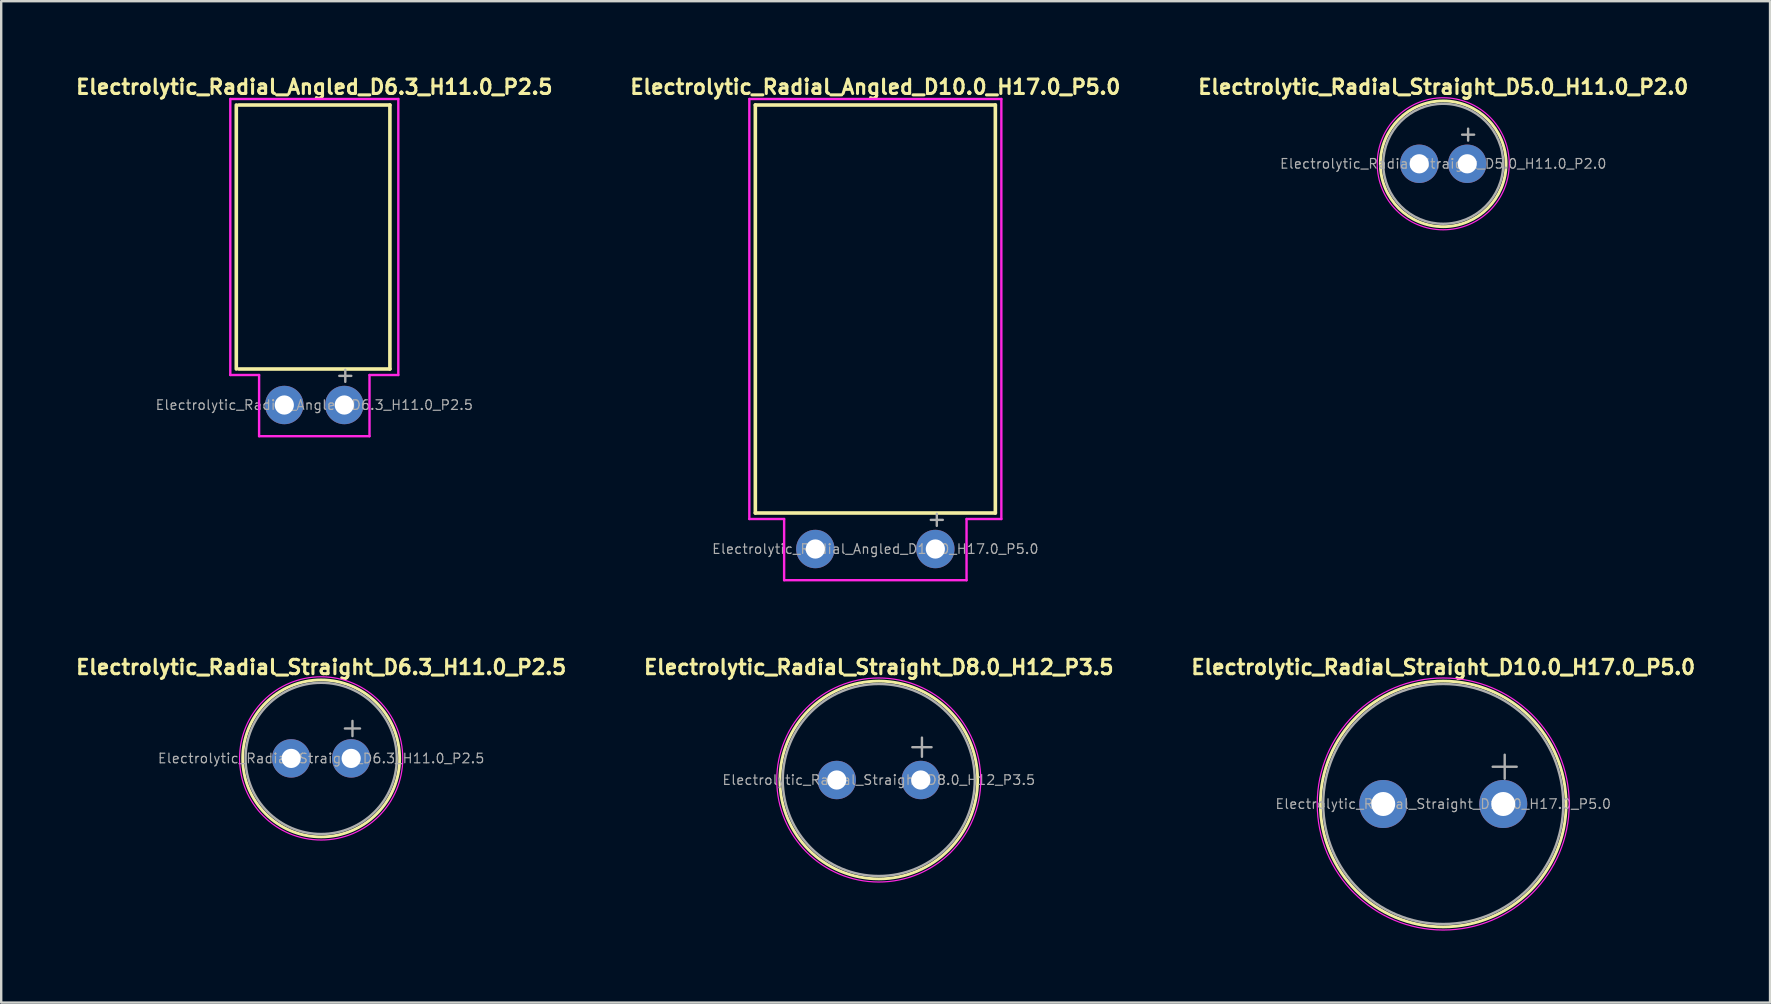
<source format=kicad_pcb>
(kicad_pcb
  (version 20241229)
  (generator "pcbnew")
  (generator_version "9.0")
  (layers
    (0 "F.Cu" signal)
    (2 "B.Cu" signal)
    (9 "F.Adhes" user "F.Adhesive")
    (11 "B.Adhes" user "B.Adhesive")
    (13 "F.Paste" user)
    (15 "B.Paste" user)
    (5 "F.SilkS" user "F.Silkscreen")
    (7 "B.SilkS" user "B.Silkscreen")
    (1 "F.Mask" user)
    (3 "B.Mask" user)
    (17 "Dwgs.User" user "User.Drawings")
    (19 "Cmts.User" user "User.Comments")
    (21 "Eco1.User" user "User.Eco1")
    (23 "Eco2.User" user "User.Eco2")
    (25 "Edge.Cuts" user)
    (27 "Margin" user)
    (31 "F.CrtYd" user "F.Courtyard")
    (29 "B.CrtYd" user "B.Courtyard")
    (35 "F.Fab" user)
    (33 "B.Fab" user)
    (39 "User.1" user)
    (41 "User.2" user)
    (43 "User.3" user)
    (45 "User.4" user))
  (footprint "Electrolytic_Radial_Straight_D8.0_H12_P3.5"
    (layer "F.Cu")
    (at 33.563 29.448)
    (property "Reference" "Electrolytic_Radial_Straight_D8.0_H12_P3.5" (at 0 -4.7 0) (layer "F.SilkS") (effects (font (size 0.6 0.6) (thickness 0.127))))
    (attr through_hole)
    (fp_circle (center 0 0) (end 4.12 0) (stroke (width 0.12) (type solid)) (fill no) (layer "F.SilkS"))
    (fp_circle (center 0 0) (end 4.25 0) (stroke (width 0.05) (type solid)) (fill no) (layer "F.CrtYd"))
    (fp_line (start 1.399 -1.367) (end 2.199 -1.367) (stroke (width 0.1) (type solid)) (layer "F.Fab"))
    (fp_line (start 1.799 -1.766) (end 1.799 -0.967) (stroke (width 0.1) (type solid)) (layer "F.Fab"))
    (fp_circle (center 0 0) (end 4 0) (stroke (width 0.1) (type solid)) (fill no) (layer "F.Fab"))
    (fp_text user "${REFERENCE}" (at 0 0 0) (layer "F.Fab") (effects (font (size 0.4 0.4) (thickness 0.05))))
    (pad "1" thru_hole circle (at 1.75 0) (size 1.6 1.6) (drill 0.8) (layers "*.Cu" "*.Mask"))
    (pad "2" thru_hole circle (at -1.75 0) (size 1.6 1.6) (drill 0.8) (layers "*.Cu" "*.Mask")))
  (footprint "Electrolytic_Radial_Straight_D10.0_H17.0_P5.0"
    (layer "F.Cu")
    (at 57.081 30.448)
    (property "Reference" "Electrolytic_Radial_Straight_D10.0_H17.0_P5.0" (at 0 -5.7 0) (layer "F.SilkS") (effects (font (size 0.6 0.6) (thickness 0.127))))
    (attr through_hole)
    (fp_circle (center 0 0) (end 5.12 0) (stroke (width 0.12) (type solid)) (fill no) (layer "F.SilkS"))
    (fp_circle (center 0 0) (end 5.25 0) (stroke (width 0.05) (type solid)) (fill no) (layer "F.CrtYd"))
    (fp_line (start 2.061 -1.552) (end 3.061 -1.552) (stroke (width 0.1) (type solid)) (layer "F.Fab"))
    (fp_line (start 2.561 -2.053) (end 2.561 -1.052) (stroke (width 0.1) (type solid)) (layer "F.Fab"))
    (fp_circle (center 0 0) (end 5 0) (stroke (width 0.1) (type solid)) (fill no) (layer "F.Fab"))
    (fp_text user "${REFERENCE}" (at 0 0 0) (layer "F.Fab") (effects (font (size 0.4 0.4) (thickness 0.05))))
    (pad "1" thru_hole circle (at 2.5 0) (size 2 2) (drill 1) (layers "*.Cu" "*.Mask"))
    (pad "2" thru_hole circle (at -2.5 0) (size 2 2) (drill 1) (layers "*.Cu" "*.Mask")))
  (footprint "Electrolytic_Radial_Angled_D6.3_H11.0_P2.5"
    (layer "F.Cu")
    (at 10.045 13.824)
    (property "Reference" "Electrolytic_Radial_Angled_D6.3_H11.0_P2.5" (at 0 -13.25 0) (layer "F.SilkS") (effects (font (size 0.6 0.6) (thickness 0.127))))
    (attr through_hole)
    (fp_line (start -3.25 -1.5) (end -3.25 -12.5) (stroke (width 0.15) (type solid)) (layer "F.SilkS"))
    (fp_line (start -3.15 -12.5) (end 3.15 -12.5) (stroke (width 0.15) (type solid)) (layer "F.SilkS"))
    (fp_line (start 3.15 -1.5) (end -3.15 -1.5) (stroke (width 0.15) (type solid)) (layer "F.SilkS"))
    (fp_line (start 3.15 -1.5) (end 3.15 -12.5) (stroke (width 0.15) (type solid)) (layer "F.SilkS"))
    (fp_line (start -3.5 -12.75) (end -3.5 -1.25) (stroke (width 0.1) (type solid)) (layer "F.CrtYd"))
    (fp_line (start -2.3 -1.25) (end -3.5 -1.25) (stroke (width 0.1) (type solid)) (layer "F.CrtYd"))
    (fp_line (start -2.3 1.3) (end -2.3 -1.25) (stroke (width 0.1) (type solid)) (layer "F.CrtYd"))
    (fp_line (start -2.3 1.3) (end 2.3 1.3) (stroke (width 0.1) (type solid)) (layer "F.CrtYd"))
    (fp_line (start 2.3 -1.25) (end 3.5 -1.25) (stroke (width 0.1) (type solid)) (layer "F.CrtYd"))
    (fp_line (start 2.3 1.3) (end 2.3 -1.25) (stroke (width 0.1) (type solid)) (layer "F.CrtYd"))
    (fp_line (start 3.5 -12.75) (end -3.5 -12.75) (stroke (width 0.1) (type solid)) (layer "F.CrtYd"))
    (fp_line (start 3.5 -1.25) (end 3.5 -12.75) (stroke (width 0.1) (type solid)) (layer "F.CrtYd"))
    (fp_line (start 1.041 -1.214) (end 1.541 -1.214) (stroke (width 0.1) (type solid)) (layer "F.Fab"))
    (fp_line (start 1.291 -1.464) (end 1.291 -0.965) (stroke (width 0.1) (type solid)) (layer "F.Fab"))
    (fp_text user "${REFERENCE}" (at 0 0 0) (layer "F.Fab") (effects (font (size 0.4 0.4) (thickness 0.05))))
    (pad "1" thru_hole circle (at 1.25 0) (size 1.6 1.6) (drill 0.8) (layers "*.Cu" "*.Mask"))
    (pad "2" thru_hole circle (at -1.25 0) (size 1.6 1.6) (drill 0.8) (layers "*.Cu" "*.Mask")))
  (footprint "Electrolytic_Radial_Angled_D10.0_H17.0_P5.0"
    (layer "F.Cu")
    (at 33.42 19.824)
    (property "Reference" "Electrolytic_Radial_Angled_D10.0_H17.0_P5.0" (at 0 -19.25 0) (layer "F.SilkS") (effects (font (size 0.6 0.6) (thickness 0.127))))
    (attr through_hole)
    (fp_line (start -5 -18.5) (end 5 -18.5) (stroke (width 0.15) (type solid)) (layer "F.SilkS"))
    (fp_line (start -5 -1.5) (end -5 -18.5) (stroke (width 0.15) (type solid)) (layer "F.SilkS"))
    (fp_line (start 5 -1.5) (end -5 -1.5) (stroke (width 0.15) (type solid)) (layer "F.SilkS"))
    (fp_line (start 5 -1.5) (end 5 -18.5) (stroke (width 0.15) (type solid)) (layer "F.SilkS"))
    (fp_line (start -5.25 -18.75) (end -5.25 -1.25) (stroke (width 0.1) (type solid)) (layer "F.CrtYd"))
    (fp_line (start -3.8 -1.25) (end -5.25 -1.25) (stroke (width 0.1) (type solid)) (layer "F.CrtYd"))
    (fp_line (start -3.8 1.3) (end -3.8 -1.25) (stroke (width 0.1) (type solid)) (layer "F.CrtYd"))
    (fp_line (start -3.8 1.3) (end 3.8 1.3) (stroke (width 0.1) (type solid)) (layer "F.CrtYd"))
    (fp_line (start 3.8 -1.25) (end 5.25 -1.25) (stroke (width 0.1) (type solid)) (layer "F.CrtYd"))
    (fp_line (start 3.8 1.3) (end 3.8 -1.25) (stroke (width 0.1) (type solid)) (layer "F.CrtYd"))
    (fp_line (start 5.25 -18.75) (end -5.25 -18.75) (stroke (width 0.1) (type solid)) (layer "F.CrtYd"))
    (fp_line (start 5.25 -1.25) (end 5.25 -18.75) (stroke (width 0.1) (type solid)) (layer "F.CrtYd"))
    (fp_line (start 2.311 -1.214) (end 2.811 -1.214) (stroke (width 0.1) (type solid)) (layer "F.Fab"))
    (fp_line (start 2.561 -1.464) (end 2.561 -0.965) (stroke (width 0.1) (type solid)) (layer "F.Fab"))
    (fp_text user "${REFERENCE}" (at 0 0 0) (layer "F.Fab") (effects (font (size 0.4 0.4) (thickness 0.05))))
    (pad "1" thru_hole circle (at 2.5 0) (size 1.6 1.6) (drill 0.8) (layers "*.Cu" "*.Mask"))
    (pad "2" thru_hole circle (at -2.5 0) (size 1.6 1.6) (drill 0.8) (layers "*.Cu" "*.Mask")))
  (footprint "Electrolytic_Radial_Straight_D5.0_H11.0_P2.0"
    (layer "F.Cu")
    (at 57.081 3.774)
    (property "Reference" "Electrolytic_Radial_Straight_D5.0_H11.0_P2.0" (at 0 -3.2 0) (layer "F.SilkS") (effects (font (size 0.6 0.6) (thickness 0.127))))
    (attr through_hole)
    (fp_circle (center 0 0) (end 2.62 0) (stroke (width 0.12) (type solid)) (fill no) (layer "F.SilkS"))
    (fp_circle (center 0 0) (end 2.75 0) (stroke (width 0.05) (type solid)) (fill no) (layer "F.CrtYd"))
    (fp_line (start 0.787 -1.214) (end 1.287 -1.214) (stroke (width 0.1) (type solid)) (layer "F.Fab"))
    (fp_line (start 1.037 -1.464) (end 1.037 -0.965) (stroke (width 0.1) (type solid)) (layer "F.Fab"))
    (fp_circle (center 0 0) (end 2.5 0) (stroke (width 0.1) (type solid)) (fill no) (layer "F.Fab"))
    (fp_text user "${REFERENCE}" (at 0 0 0) (layer "F.Fab") (effects (font (size 0.4 0.4) (thickness 0.05))))
    (pad "1" thru_hole circle (at 1 0) (size 1.6 1.6) (drill 0.8) (layers "*.Cu" "*.Mask"))
    (pad "2" thru_hole circle (at -1 0) (size 1.6 1.6) (drill 0.8) (layers "*.Cu" "*.Mask")))
  (footprint "Electrolytic_Radial_Straight_D6.3_H11.0_P2.5"
    (layer "F.Cu")
    (at 10.331 28.548)
    (property "Reference" "Electrolytic_Radial_Straight_D6.3_H11.0_P2.5" (at 0 -3.8 0) (layer "F.SilkS") (effects (font (size 0.6 0.6) (thickness 0.127))))
    (attr through_hole)
    (fp_circle (center 0 0) (end 3.27 0) (stroke (width 0.12) (type solid)) (fill no) (layer "F.SilkS"))
    (fp_circle (center 0 0) (end 3.4 0) (stroke (width 0.05) (type solid)) (fill no) (layer "F.CrtYd"))
    (fp_line (start 0.989 -1.246) (end 1.619 -1.246) (stroke (width 0.1) (type solid)) (layer "F.Fab"))
    (fp_line (start 1.304 -1.562) (end 1.304 -0.931) (stroke (width 0.1) (type solid)) (layer "F.Fab"))
    (fp_circle (center 0 0) (end 3.15 0) (stroke (width 0.1) (type solid)) (fill no) (layer "F.Fab"))
    (fp_text user "${REFERENCE}" (at 0 0 0) (layer "F.Fab") (effects (font (size 0.4 0.4) (thickness 0.05))))
    (pad "1" thru_hole circle (at 1.25 0) (size 1.6 1.6) (drill 0.8) (layers "*.Cu" "*.Mask"))
    (pad "2" thru_hole circle (at -1.25 0) (size 1.6 1.6) (drill 0.8) (layers "*.Cu" "*.Mask")))
  (gr_rect
    (start -3 -3)
    (end 70.697 38.723)
    (stroke (width 0.1) (type default))
    (fill no)
    (layer "Edge.Cuts")))
</source>
